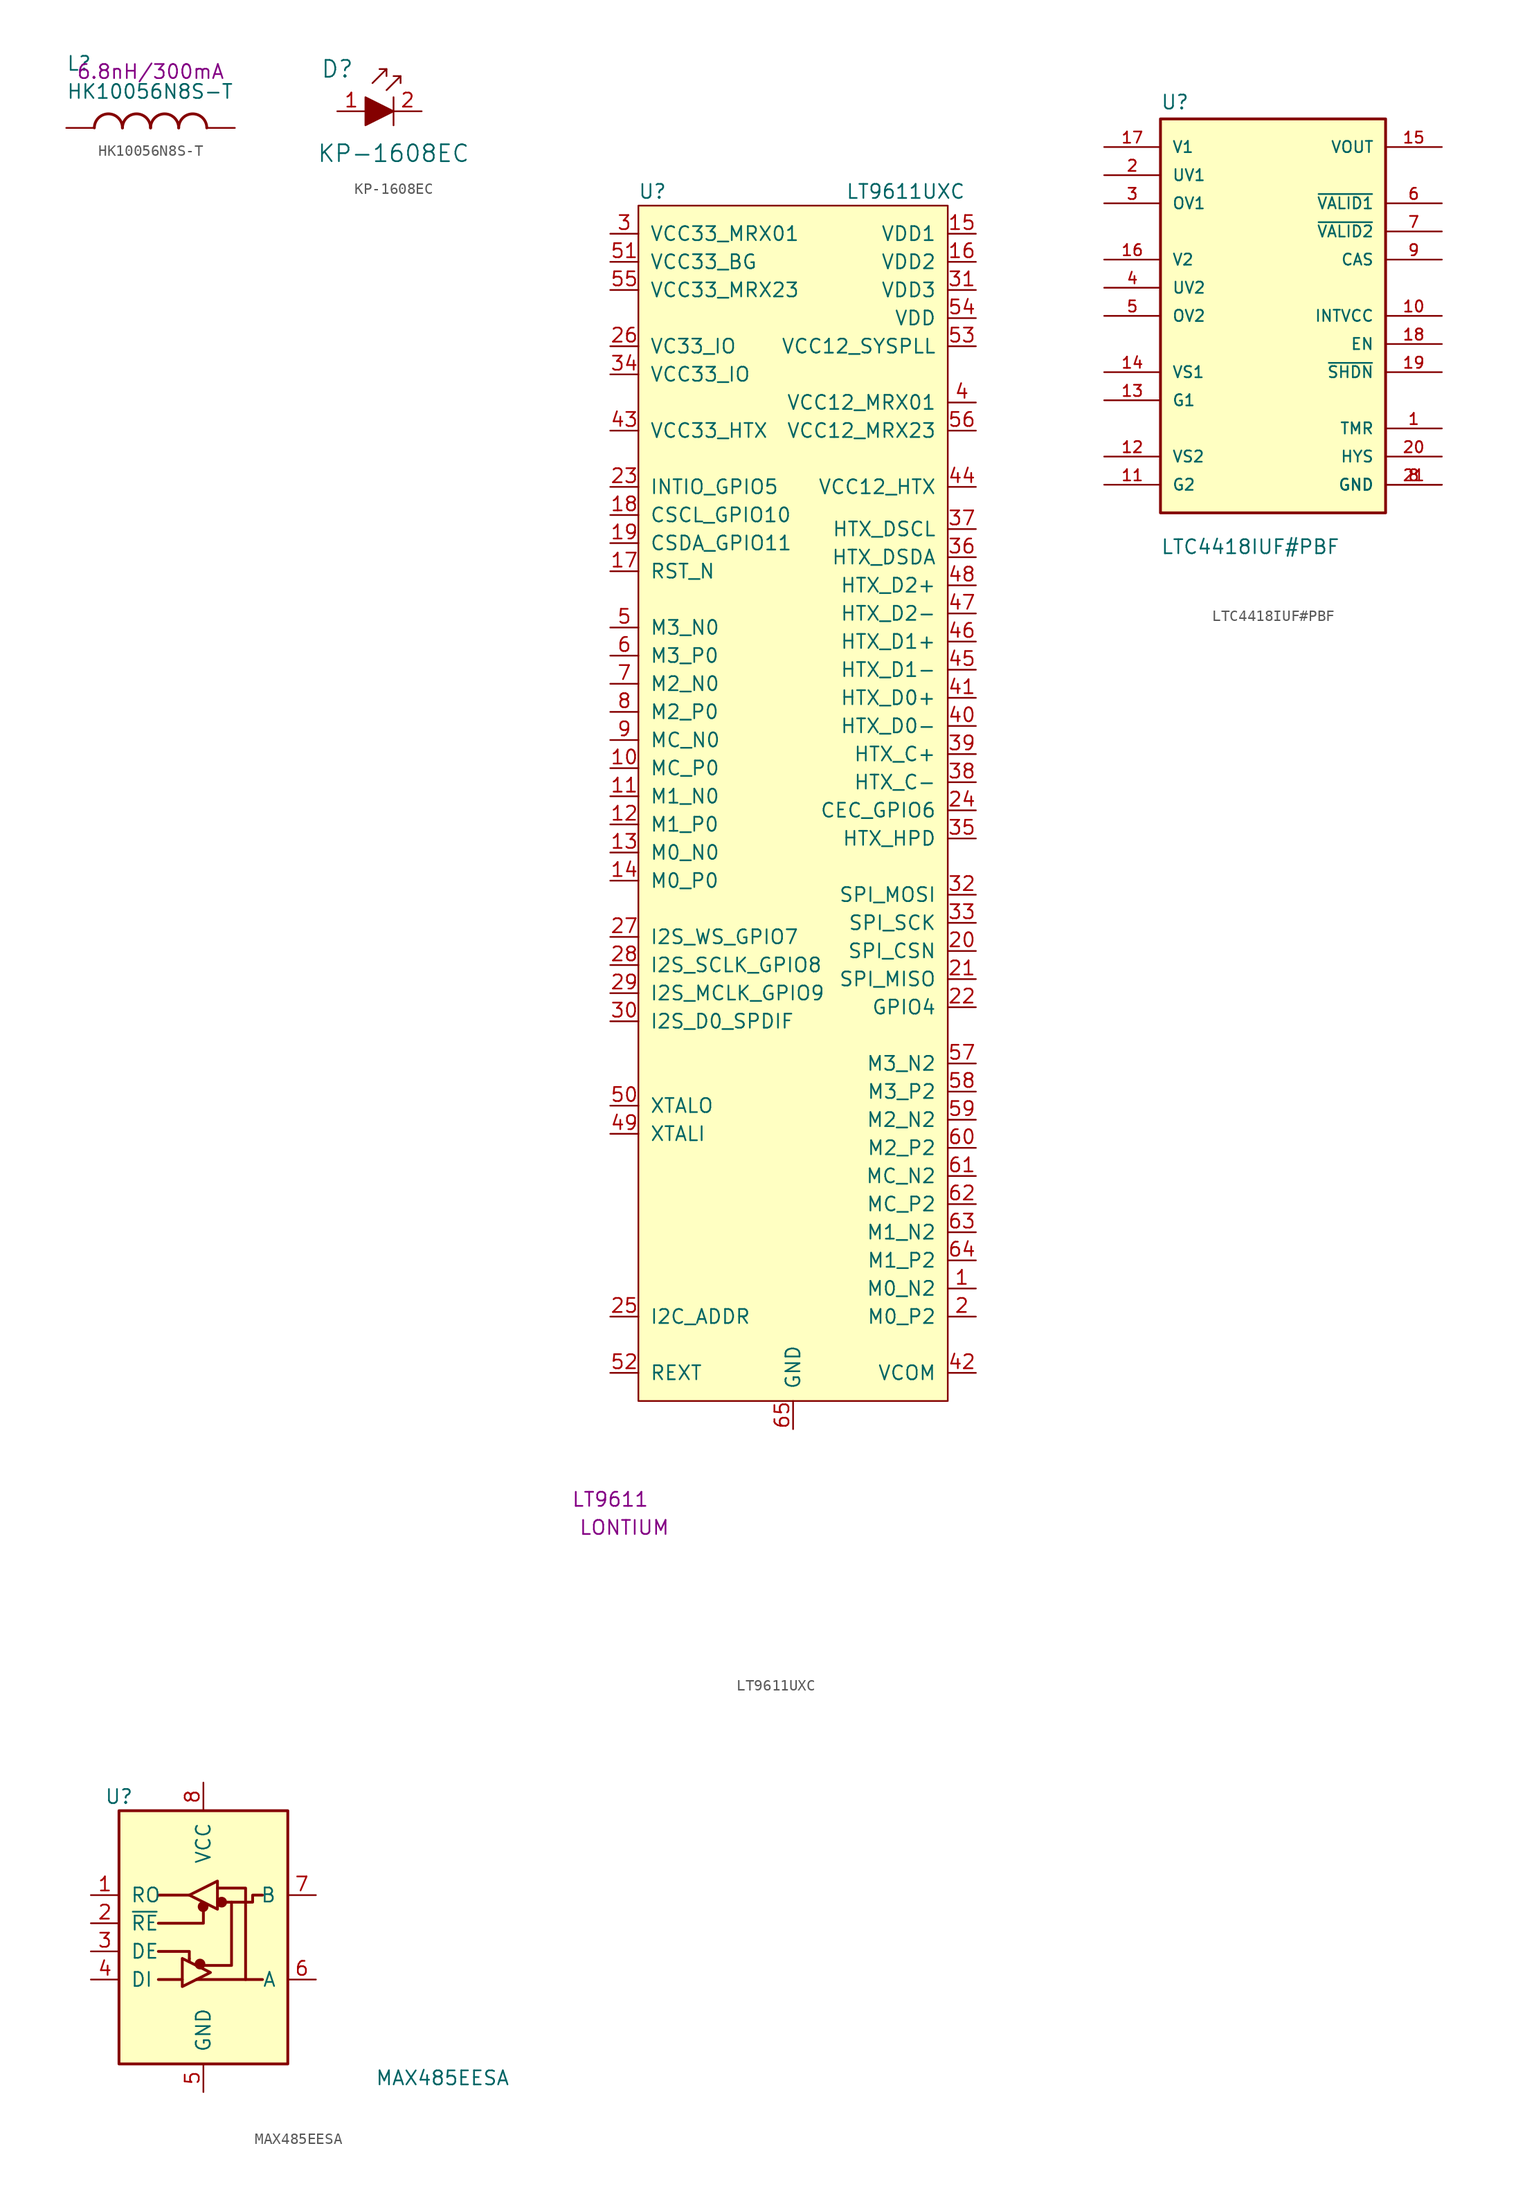
<source format=kicad_sym>
(kicad_symbol_lib
  (version 20211014)
  (generator kicad_symbol_editor)
  (symbol "HK10056N8S-T"
    (pin_numbers hide)
    (pin_names
      (offset 1.016) hide)
    (property "Reference" "L"
      (at -7.62 5.08 0)
      (effects (font (size 1.27 1.27)) (justify left bottom)))
    (property "Value" "HK10056N8S-T"
      (at -7.62 2.54 0)
      (effects (font (size 1.27 1.27)) (justify left bottom)))
    (property "Val" "6.8nH/300mA"
      (at 0 5.08 0)
      (effects (font (size 1.27 1.27))))
    (symbol "HK10056N8S-T_0_0"
      (arc (start -2.54 0) (mid -3.81 1.27) (end -5.08 0) (stroke (width 0.254) (type default) (color 0 0 0 0)) (fill (type none)))
      (arc (start 0 0) (mid -1.27 1.27) (end -2.54 0) (stroke (width 0.254) (type default) (color 0 0 0 0)) (fill (type none)))
      (arc (start 2.54 0) (mid 1.27 1.27) (end 0 0) (stroke (width 0.254) (type default) (color 0 0 0 0)) (fill (type none)))
      (arc (start 5.08 0) (mid 3.81 1.27) (end 2.54 0) (stroke (width 0.254) (type default) (color 0 0 0 0)) (fill (type none)))
      (pin passive line (at -7.62 0 0) (length 2.54) (name "~" (effects (font (size 1.016 1.016)))) (number "1" (effects (font (size 1.016 1.016)))))
      (pin passive line (at 7.62 0 180) (length 2.54) (name "~" (effects (font (size 1.016 1.016)))) (number "2" (effects (font (size 1.016 1.016)))))))
  (symbol "KP-1608EC"
    (pin_names
      (offset 0))
    (property "Reference" "D"
      (at -5.08 3.81 0)
      (effects (font (size 1.524 1.524))))
    (property "Value" "KP-1608EC"
      (at 0 -3.81 0)
      (effects (font (size 1.524 1.524))))
    (symbol "KP-1608EC_0_1"
      (polyline (pts (xy -0.635 3.81) (xy -1.905 2.54)) (stroke (width 0) (type default) (color 0 0 0 0)) (fill (type none)))
      (polyline (pts (xy 0 1.27) (xy 0 -1.27)) (stroke (width 0) (type default) (color 0 0 0 0)) (fill (type none)))
      (polyline (pts (xy 0.635 3.175) (xy -0.635 1.905)) (stroke (width 0) (type default) (color 0 0 0 0)) (fill (type none)))
      (polyline (pts (xy -1.27 3.81) (xy -0.635 3.81) (xy -0.635 3.175)) (stroke (width 0) (type default) (color 0 0 0 0)) (fill (type none)))
      (polyline (pts (xy 0 3.175) (xy 0.635 3.175) (xy 0.635 2.54)) (stroke (width 0) (type default) (color 0 0 0 0)) (fill (type none)))
      (polyline (pts (xy -2.54 1.27) (xy -2.54 -1.27) (xy 0 0) (xy -2.54 1.27)) (stroke (width 0) (type default) (color 0 0 0 0)) (fill (type outline))))
    (symbol "KP-1608EC_1_1"
      (pin passive line (at -5.08 0 0) (length 2.54) (name "~" (effects (font (size 1.27 1.27)))) (number "1" (effects (font (size 1.27 1.27)))))
      (pin passive line (at 2.54 0 180) (length 2.54) (name "~" (effects (font (size 1.27 1.27)))) (number "2" (effects (font (size 1.27 1.27)))))))
  (symbol "LT9611UXC"
    (pin_names
      (offset 1.016))
    (property "Reference" "U"
      (at -13.97 58.42 0)
      (effects (font (size 1.27 1.27))))
    (property "Value" "LT9611UXC"
      (at 8.89 58.42 0)
      (effects (font (size 1.27 1.27))))
    (property "MPN" "LT9611"
      (at -17.78 -59.69 0)
      (effects (font (size 1.27 1.27))))
    (property "Manufacturer" "LONTIUM"
      (at -16.51 -62.23 0)
      (effects (font (size 1.27 1.27))))
    (symbol "LT9611UXC_1_1"
      (rectangle (start -15.24 57.15) (end 12.7 -50.8) (stroke (width 0) (type default) (color 0 0 0 0)) (fill (type background)))
      (pin unspecified line (at 15.24 -40.64 180) (length 2.54) (name "M0_N2" (effects (font (size 1.27 1.27)))) (number "1" (effects (font (size 1.27 1.27)))))
      (pin input line (at -17.78 6.35 0) (length 2.54) (name "MC_P0" (effects (font (size 1.27 1.27)))) (number "10" (effects (font (size 1.27 1.27)))))
      (pin input line (at -17.78 3.81 0) (length 2.54) (name "M1_N0" (effects (font (size 1.27 1.27)))) (number "11" (effects (font (size 1.27 1.27)))))
      (pin input line (at -17.78 1.27 0) (length 2.54) (name "M1_P0" (effects (font (size 1.27 1.27)))) (number "12" (effects (font (size 1.27 1.27)))))
      (pin input line (at -17.78 -1.27 0) (length 2.54) (name "M0_N0" (effects (font (size 1.27 1.27)))) (number "13" (effects (font (size 1.27 1.27)))))
      (pin input line (at -17.78 -3.81 0) (length 2.54) (name "M0_P0" (effects (font (size 1.27 1.27)))) (number "14" (effects (font (size 1.27 1.27)))))
      (pin power_in line (at 15.24 54.61 180) (length 2.54) (name "VDD1" (effects (font (size 1.27 1.27)))) (number "15" (effects (font (size 1.27 1.27)))))
      (pin power_in line (at 15.24 52.07 180) (length 2.54) (name "VDD2" (effects (font (size 1.27 1.27)))) (number "16" (effects (font (size 1.27 1.27)))))
      (pin input line (at -17.78 24.13 0) (length 2.54) (name "RST_N" (effects (font (size 1.27 1.27)))) (number "17" (effects (font (size 1.27 1.27)))))
      (pin bidirectional line (at -17.78 29.21 0) (length 2.54) (name "CSCL_GPIO10" (effects (font (size 1.27 1.27)))) (number "18" (effects (font (size 1.27 1.27)))))
      (pin bidirectional line (at -17.78 26.67 0) (length 2.54) (name "CSDA_GPIO11" (effects (font (size 1.27 1.27)))) (number "19" (effects (font (size 1.27 1.27)))))
      (pin unspecified line (at 15.24 -43.18 180) (length 2.54) (name "M0_P2" (effects (font (size 1.27 1.27)))) (number "2" (effects (font (size 1.27 1.27)))))
      (pin bidirectional line (at 15.24 -10.16 180) (length 2.54) (name "SPI_CSN" (effects (font (size 1.27 1.27)))) (number "20" (effects (font (size 1.27 1.27)))))
      (pin bidirectional line (at 15.24 -12.7 180) (length 2.54) (name "SPI_MISO" (effects (font (size 1.27 1.27)))) (number "21" (effects (font (size 1.27 1.27)))))
      (pin bidirectional line (at 15.24 -15.24 180) (length 2.54) (name "GPIO4" (effects (font (size 1.27 1.27)))) (number "22" (effects (font (size 1.27 1.27)))))
      (pin bidirectional line (at -17.78 31.75 0) (length 2.54) (name "INTIO_GPIO5" (effects (font (size 1.27 1.27)))) (number "23" (effects (font (size 1.27 1.27)))))
      (pin bidirectional line (at 15.24 2.54 180) (length 2.54) (name "CEC_GPIO6" (effects (font (size 1.27 1.27)))) (number "24" (effects (font (size 1.27 1.27)))))
      (pin input line (at -17.78 -43.18 0) (length 2.54) (name "I2C_ADDR" (effects (font (size 1.27 1.27)))) (number "25" (effects (font (size 1.27 1.27)))))
      (pin power_in line (at -17.78 44.45 0) (length 2.54) (name "VC33_IO" (effects (font (size 1.27 1.27)))) (number "26" (effects (font (size 1.27 1.27)))))
      (pin bidirectional line (at -17.78 -8.89 0) (length 2.54) (name "I2S_WS_GPIO7" (effects (font (size 1.27 1.27)))) (number "27" (effects (font (size 1.27 1.27)))))
      (pin bidirectional line (at -17.78 -11.43 0) (length 2.54) (name "I2S_SCLK_GPIO8" (effects (font (size 1.27 1.27)))) (number "28" (effects (font (size 1.27 1.27)))))
      (pin bidirectional line (at -17.78 -13.97 0) (length 2.54) (name "I2S_MCLK_GPIO9" (effects (font (size 1.27 1.27)))) (number "29" (effects (font (size 1.27 1.27)))))
      (pin power_in line (at -17.78 54.61 0) (length 2.54) (name "VCC33_MRX01" (effects (font (size 1.27 1.27)))) (number "3" (effects (font (size 1.27 1.27)))))
      (pin bidirectional line (at -17.78 -16.51 0) (length 2.54) (name "I2S_D0_SPDIF" (effects (font (size 1.27 1.27)))) (number "30" (effects (font (size 1.27 1.27)))))
      (pin power_in line (at 15.24 49.53 180) (length 2.54) (name "VDD3" (effects (font (size 1.27 1.27)))) (number "31" (effects (font (size 1.27 1.27)))))
      (pin bidirectional line (at 15.24 -5.08 180) (length 2.54) (name "SPI_MOSI" (effects (font (size 1.27 1.27)))) (number "32" (effects (font (size 1.27 1.27)))))
      (pin bidirectional line (at 15.24 -7.62 180) (length 2.54) (name "SPI_SCK" (effects (font (size 1.27 1.27)))) (number "33" (effects (font (size 1.27 1.27)))))
      (pin power_in line (at -17.78 41.91 0) (length 2.54) (name "VCC33_IO" (effects (font (size 1.27 1.27)))) (number "34" (effects (font (size 1.27 1.27)))))
      (pin input line (at 15.24 0 180) (length 2.54) (name "HTX_HPD" (effects (font (size 1.27 1.27)))) (number "35" (effects (font (size 1.27 1.27)))))
      (pin bidirectional line (at 15.24 25.4 180) (length 2.54) (name "HTX_DSDA" (effects (font (size 1.27 1.27)))) (number "36" (effects (font (size 1.27 1.27)))))
      (pin output line (at 15.24 27.94 180) (length 2.54) (name "HTX_DSCL" (effects (font (size 1.27 1.27)))) (number "37" (effects (font (size 1.27 1.27)))))
      (pin output line (at 15.24 5.08 180) (length 2.54) (name "HTX_C-" (effects (font (size 1.27 1.27)))) (number "38" (effects (font (size 1.27 1.27)))))
      (pin output line (at 15.24 7.62 180) (length 2.54) (name "HTX_C+" (effects (font (size 1.27 1.27)))) (number "39" (effects (font (size 1.27 1.27)))))
      (pin power_in line (at 15.24 39.37 180) (length 2.54) (name "VCC12_MRX01" (effects (font (size 1.27 1.27)))) (number "4" (effects (font (size 1.27 1.27)))))
      (pin output line (at 15.24 10.16 180) (length 2.54) (name "HTX_D0-" (effects (font (size 1.27 1.27)))) (number "40" (effects (font (size 1.27 1.27)))))
      (pin output line (at 15.24 12.7 180) (length 2.54) (name "HTX_D0+" (effects (font (size 1.27 1.27)))) (number "41" (effects (font (size 1.27 1.27)))))
      (pin input line (at 15.24 -48.26 180) (length 2.54) (name "VCOM" (effects (font (size 1.27 1.27)))) (number "42" (effects (font (size 1.27 1.27)))))
      (pin power_in line (at -17.78 36.83 0) (length 2.54) (name "VCC33_HTX" (effects (font (size 1.27 1.27)))) (number "43" (effects (font (size 1.27 1.27)))))
      (pin power_in line (at 15.24 31.75 180) (length 2.54) (name "VCC12_HTX" (effects (font (size 1.27 1.27)))) (number "44" (effects (font (size 1.27 1.27)))))
      (pin output line (at 15.24 15.24 180) (length 2.54) (name "HTX_D1-" (effects (font (size 1.27 1.27)))) (number "45" (effects (font (size 1.27 1.27)))))
      (pin output line (at 15.24 17.78 180) (length 2.54) (name "HTX_D1+" (effects (font (size 1.27 1.27)))) (number "46" (effects (font (size 1.27 1.27)))))
      (pin output line (at 15.24 20.32 180) (length 2.54) (name "HTX_D2-" (effects (font (size 1.27 1.27)))) (number "47" (effects (font (size 1.27 1.27)))))
      (pin output line (at 15.24 22.86 180) (length 2.54) (name "HTX_D2+" (effects (font (size 1.27 1.27)))) (number "48" (effects (font (size 1.27 1.27)))))
      (pin input line (at -17.78 -26.67 0) (length 2.54) (name "XTALI" (effects (font (size 1.27 1.27)))) (number "49" (effects (font (size 1.27 1.27)))))
      (pin input line (at -17.78 19.05 0) (length 2.54) (name "M3_N0" (effects (font (size 1.27 1.27)))) (number "5" (effects (font (size 1.27 1.27)))))
      (pin output line (at -17.78 -24.13 0) (length 2.54) (name "XTALO" (effects (font (size 1.27 1.27)))) (number "50" (effects (font (size 1.27 1.27)))))
      (pin power_in line (at -17.78 52.07 0) (length 2.54) (name "VCC33_BG" (effects (font (size 1.27 1.27)))) (number "51" (effects (font (size 1.27 1.27)))))
      (pin passive line (at -17.78 -48.26 0) (length 2.54) (name "REXT" (effects (font (size 1.27 1.27)))) (number "52" (effects (font (size 1.27 1.27)))))
      (pin power_in line (at 15.24 44.45 180) (length 2.54) (name "VCC12_SYSPLL" (effects (font (size 1.27 1.27)))) (number "53" (effects (font (size 1.27 1.27)))))
      (pin power_in line (at 15.24 46.99 180) (length 2.54) (name "VDD" (effects (font (size 1.27 1.27)))) (number "54" (effects (font (size 1.27 1.27)))))
      (pin power_in line (at -17.78 49.53 0) (length 2.54) (name "VCC33_MRX23" (effects (font (size 1.27 1.27)))) (number "55" (effects (font (size 1.27 1.27)))))
      (pin power_in line (at 15.24 36.83 180) (length 2.54) (name "VCC12_MRX23" (effects (font (size 1.27 1.27)))) (number "56" (effects (font (size 1.27 1.27)))))
      (pin input line (at 15.24 -20.32 180) (length 2.54) (name "M3_N2" (effects (font (size 1.27 1.27)))) (number "57" (effects (font (size 1.27 1.27)))))
      (pin input line (at 15.24 -22.86 180) (length 2.54) (name "M3_P2" (effects (font (size 1.27 1.27)))) (number "58" (effects (font (size 1.27 1.27)))))
      (pin input line (at 15.24 -25.4 180) (length 2.54) (name "M2_N2" (effects (font (size 1.27 1.27)))) (number "59" (effects (font (size 1.27 1.27)))))
      (pin input line (at -17.78 16.51 0) (length 2.54) (name "M3_P0" (effects (font (size 1.27 1.27)))) (number "6" (effects (font (size 1.27 1.27)))))
      (pin input line (at 15.24 -27.94 180) (length 2.54) (name "M2_P2" (effects (font (size 1.27 1.27)))) (number "60" (effects (font (size 1.27 1.27)))))
      (pin input line (at 15.24 -30.48 180) (length 2.54) (name "MC_N2" (effects (font (size 1.27 1.27)))) (number "61" (effects (font (size 1.27 1.27)))))
      (pin input line (at 15.24 -33.02 180) (length 2.54) (name "MC_P2" (effects (font (size 1.27 1.27)))) (number "62" (effects (font (size 1.27 1.27)))))
      (pin input line (at 15.24 -35.56 180) (length 2.54) (name "M1_N2" (effects (font (size 1.27 1.27)))) (number "63" (effects (font (size 1.27 1.27)))))
      (pin input line (at 15.24 -38.1 180) (length 2.54) (name "M1_P2" (effects (font (size 1.27 1.27)))) (number "64" (effects (font (size 1.27 1.27)))))
      (pin power_in line (at -1.27 -53.34 90) (length 2.54) (name "GND" (effects (font (size 1.27 1.27)))) (number "65" (effects (font (size 1.27 1.27)))))
      (pin input line (at -17.78 13.97 0) (length 2.54) (name "M2_N0" (effects (font (size 1.27 1.27)))) (number "7" (effects (font (size 1.27 1.27)))))
      (pin input line (at -17.78 11.43 0) (length 2.54) (name "M2_P0" (effects (font (size 1.27 1.27)))) (number "8" (effects (font (size 1.27 1.27)))))
      (pin input line (at -17.78 8.89 0) (length 2.54) (name "MC_N0" (effects (font (size 1.27 1.27)))) (number "9" (effects (font (size 1.27 1.27)))))))
  (symbol "LTC4418IUF#PBF"
    (pin_names
      (offset 1.016))
    (property "Reference" "U"
      (at -10.16 18.542 0)
      (effects (font (size 1.27 1.27)) (justify left bottom)))
    (property "Value" "LTC4418IUF#PBF"
      (at -10.16 -21.59 0)
      (effects (font (size 1.27 1.27)) (justify left bottom)))
    (symbol "LTC4418IUF#PBF_0_0"
      (rectangle (start -10.16 -17.78) (end 10.16 17.78) (stroke (width 0.254) (type default) (color 0 0 0 0)) (fill (type background)))
      (pin input line (at 15.24 -10.16 180) (length 5.08) (name "TMR" (effects (font (size 1.016 1.016)))) (number "1" (effects (font (size 1.016 1.016)))))
      (pin output line (at 15.24 0 180) (length 5.08) (name "INTVCC" (effects (font (size 1.016 1.016)))) (number "10" (effects (font (size 1.016 1.016)))))
      (pin output line (at -15.24 -15.24 0) (length 5.08) (name "G2" (effects (font (size 1.016 1.016)))) (number "11" (effects (font (size 1.016 1.016)))))
      (pin power_in line (at -15.24 -12.7 0) (length 5.08) (name "VS2" (effects (font (size 1.016 1.016)))) (number "12" (effects (font (size 1.016 1.016)))))
      (pin output line (at -15.24 -7.62 0) (length 5.08) (name "G1" (effects (font (size 1.016 1.016)))) (number "13" (effects (font (size 1.016 1.016)))))
      (pin power_in line (at -15.24 -5.08 0) (length 5.08) (name "VS1" (effects (font (size 1.016 1.016)))) (number "14" (effects (font (size 1.016 1.016)))))
      (pin output line (at 15.24 15.24 180) (length 5.08) (name "VOUT" (effects (font (size 1.016 1.016)))) (number "15" (effects (font (size 1.016 1.016)))))
      (pin power_in line (at -15.24 5.08 0) (length 5.08) (name "V2" (effects (font (size 1.016 1.016)))) (number "16" (effects (font (size 1.016 1.016)))))
      (pin power_in line (at -15.24 15.24 0) (length 5.08) (name "V1" (effects (font (size 1.016 1.016)))) (number "17" (effects (font (size 1.016 1.016)))))
      (pin input line (at 15.24 -2.54 180) (length 5.08) (name "EN" (effects (font (size 1.016 1.016)))) (number "18" (effects (font (size 1.016 1.016)))))
      (pin input line (at 15.24 -5.08 180) (length 5.08) (name "~{SHDN}" (effects (font (size 1.016 1.016)))) (number "19" (effects (font (size 1.016 1.016)))))
      (pin input line (at -15.24 12.7 0) (length 5.08) (name "UV1" (effects (font (size 1.016 1.016)))) (number "2" (effects (font (size 1.016 1.016)))))
      (pin input line (at 15.24 -12.7 180) (length 5.08) (name "HYS" (effects (font (size 1.016 1.016)))) (number "20" (effects (font (size 1.016 1.016)))))
      (pin power_in line (at 15.24 -15.24 180) (length 5.08) (name "GND" (effects (font (size 1.016 1.016)))) (number "21" (effects (font (size 1.016 1.016)))))
      (pin input line (at -15.24 10.16 0) (length 5.08) (name "OV1" (effects (font (size 1.016 1.016)))) (number "3" (effects (font (size 1.016 1.016)))))
      (pin input line (at -15.24 2.54 0) (length 5.08) (name "UV2" (effects (font (size 1.016 1.016)))) (number "4" (effects (font (size 1.016 1.016)))))
      (pin input line (at -15.24 0 0) (length 5.08) (name "OV2" (effects (font (size 1.016 1.016)))) (number "5" (effects (font (size 1.016 1.016)))))
      (pin output line (at 15.24 10.16 180) (length 5.08) (name "~{VALID1}" (effects (font (size 1.016 1.016)))) (number "6" (effects (font (size 1.016 1.016)))))
      (pin output line (at 15.24 7.62 180) (length 5.08) (name "~{VALID2}" (effects (font (size 1.016 1.016)))) (number "7" (effects (font (size 1.016 1.016)))))
      (pin power_in line (at 15.24 -15.24 180) (length 5.08) (name "GND" (effects (font (size 1.016 1.016)))) (number "8" (effects (font (size 1.016 1.016)))))
      (pin output line (at 15.24 5.08 180) (length 5.08) (name "CAS" (effects (font (size 1.016 1.016)))) (number "9" (effects (font (size 1.016 1.016)))))))
  (symbol "MAX485EESA"
    (pin_names
      (offset 1.016))
    (property "Reference" "U"
      (at -7.62 11.43 0)
      (effects (font (size 1.27 1.27))))
    (property "Value" "MAX485EESA"
      (at 21.59 -13.97 0)
      (effects (font (size 1.27 1.27))))
    (symbol "MAX485EESA_1_1"
      (rectangle (start -7.62 10.16) (end 7.62 -12.7) (stroke (width 0.254) (type default) (color 0 0 0 0)) (fill (type background)))
      (circle (center -0.305 -3.683) (radius 0.356) (stroke (width 0.254) (type default) (color 0 0 0 0)) (fill (type outline)))
      (circle (center -0.025 1.499) (radius 0.356) (stroke (width 0.254) (type default) (color 0 0 0 0)) (fill (type outline)))
      (polyline (pts (xy -4.064 -5.08) (xy -1.905 -5.08)) (stroke (width 0.254) (type default) (color 0 0 0 0)) (fill (type none)))
      (polyline (pts (xy -4.064 2.54) (xy -1.27 2.54)) (stroke (width 0.254) (type default) (color 0 0 0 0)) (fill (type none)))
      (polyline (pts (xy -1.27 -3.2) (xy -1.27 -3.454)) (stroke (width 0.254) (type default) (color 0 0 0 0)) (fill (type none)))
      (polyline (pts (xy -0.635 -5.08) (xy 5.334 -5.08)) (stroke (width 0.254) (type default) (color 0 0 0 0)) (fill (type none)))
      (polyline (pts (xy -4.064 -2.54) (xy -1.27 -2.54) (xy -1.27 -3.175)) (stroke (width 0.254) (type default) (color 0 0 0 0)) (fill (type none)))
      (polyline (pts (xy 0 1.27) (xy 0 0) (xy -4.064 0)) (stroke (width 0.254) (type default) (color 0 0 0 0)) (fill (type none)))
      (polyline (pts (xy 1.27 3.175) (xy 3.81 3.175) (xy 3.81 -5.08)) (stroke (width 0.254) (type default) (color 0 0 0 0)) (fill (type none)))
      (polyline (pts (xy 2.54 1.905) (xy 2.54 -3.81) (xy 0 -3.81)) (stroke (width 0.254) (type default) (color 0 0 0 0)) (fill (type none)))
      (polyline (pts (xy -1.905 -3.175) (xy -1.905 -5.715) (xy 0.635 -4.445) (xy -1.905 -3.175)) (stroke (width 0.254) (type default) (color 0 0 0 0)) (fill (type none)))
      (polyline (pts (xy -1.27 2.54) (xy 1.27 3.81) (xy 1.27 1.27) (xy -1.27 2.54)) (stroke (width 0.254) (type default) (color 0 0 0 0)) (fill (type none)))
      (polyline (pts (xy 1.905 1.905) (xy 4.445 1.905) (xy 4.445 2.54) (xy 5.334 2.54)) (stroke (width 0.254) (type default) (color 0 0 0 0)) (fill (type none)))
      (rectangle (start 1.27 3.175) (end 1.27 3.175) (stroke (width 0) (type default) (color 0 0 0 0)) (fill (type none)))
      (circle (center 1.651 1.905) (radius 0.356) (stroke (width 0.254) (type default) (color 0 0 0 0)) (fill (type outline)))
      (pin output line (at -10.16 2.54 0) (length 2.54) (name "RO" (effects (font (size 1.27 1.27)))) (number "1" (effects (font (size 1.27 1.27)))))
      (pin input line (at -10.16 0 0) (length 2.54) (name "~{RE}" (effects (font (size 1.27 1.27)))) (number "2" (effects (font (size 1.27 1.27)))))
      (pin input line (at -10.16 -2.54 0) (length 2.54) (name "DE" (effects (font (size 1.27 1.27)))) (number "3" (effects (font (size 1.27 1.27)))))
      (pin input line (at -10.16 -5.08 0) (length 2.54) (name "DI" (effects (font (size 1.27 1.27)))) (number "4" (effects (font (size 1.27 1.27)))))
      (pin power_in line (at 0 -15.24 90) (length 2.54) (name "GND" (effects (font (size 1.27 1.27)))) (number "5" (effects (font (size 1.27 1.27)))))
      (pin bidirectional line (at 10.16 -5.08 180) (length 2.54) (name "A" (effects (font (size 1.27 1.27)))) (number "6" (effects (font (size 1.27 1.27)))))
      (pin bidirectional line (at 10.16 2.54 180) (length 2.54) (name "B" (effects (font (size 1.27 1.27)))) (number "7" (effects (font (size 1.27 1.27)))))
      (pin power_in line (at 0 12.7 270) (length 2.54) (name "VCC" (effects (font (size 1.27 1.27)))) (number "8" (effects (font (size 1.27 1.27))))))))
</source>
